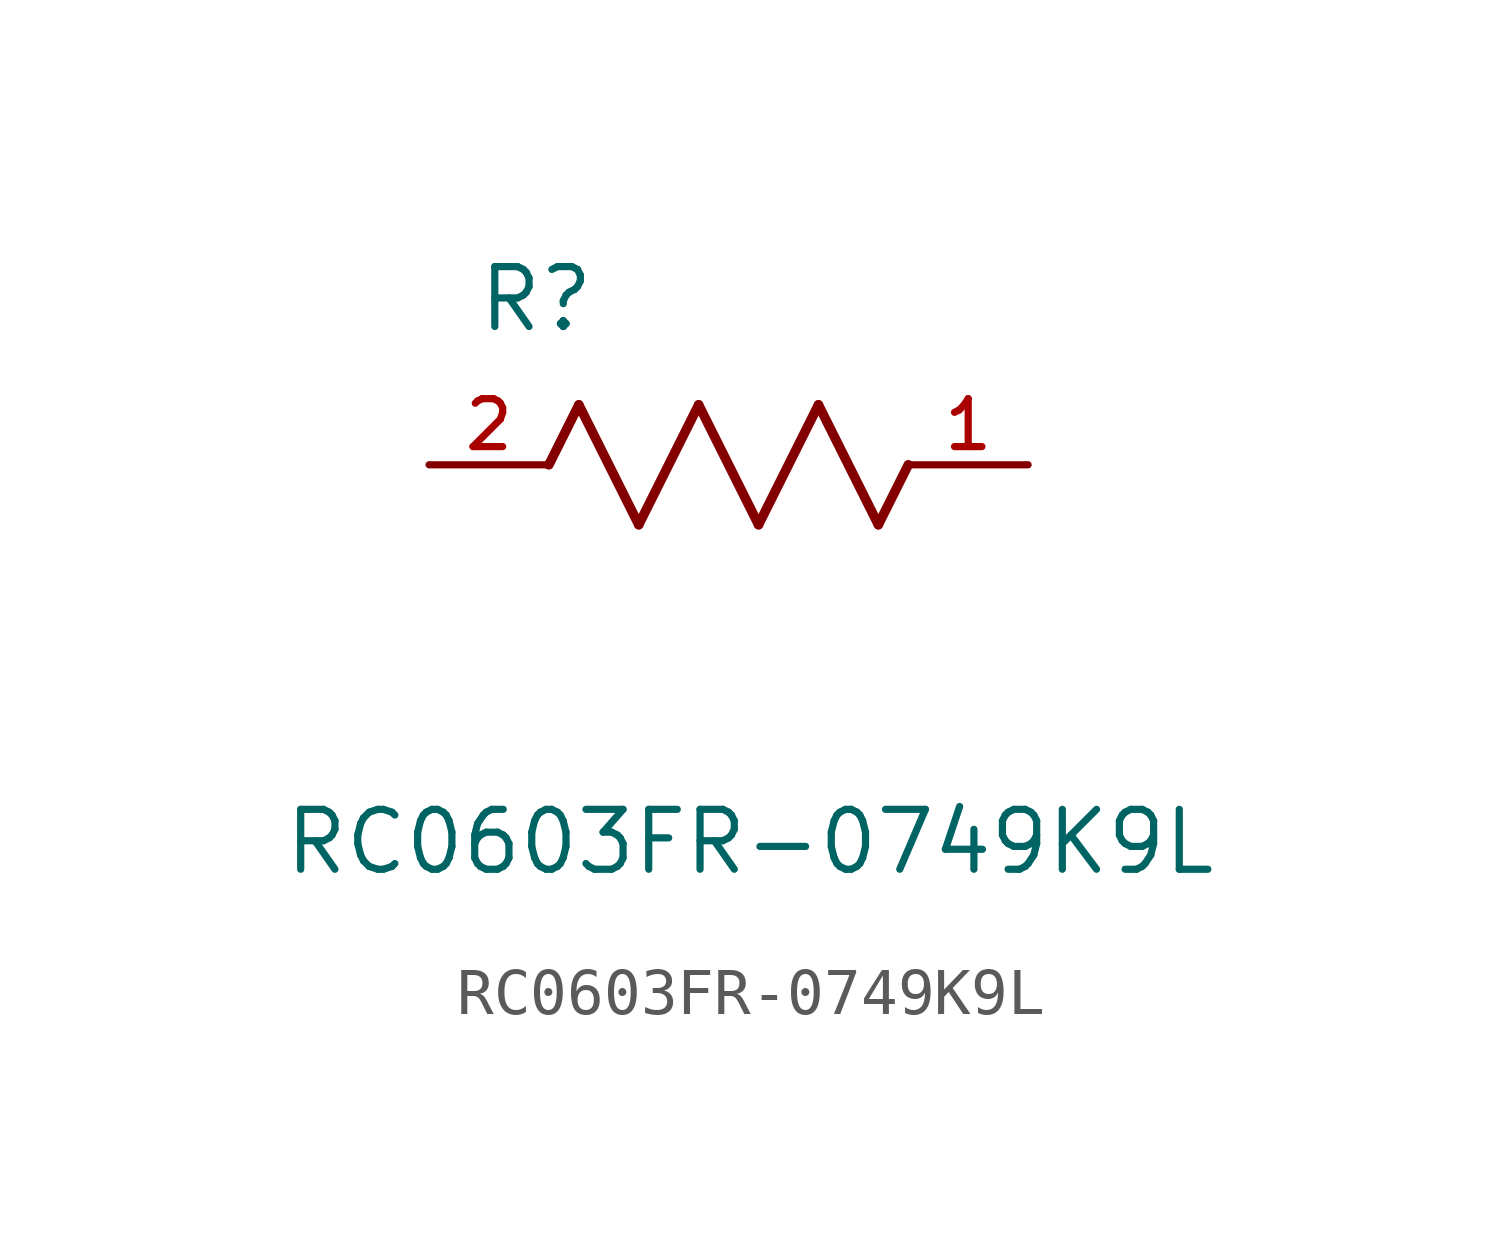
<source format=kicad_sym>
(kicad_symbol_lib
  (version 20211014)
  (generator kicad_symbol_editor)
  (symbol "RC0603FR-0749K9L"
    (pin_names
      (offset 1.016))
    (property "Reference" "R"
      (at 0.991 2.769 0.0)
      (effects (font (size 1.27 1.27)) (justify bottom left)))
    (property "Value" "RC0603FR-0749K9L"
      (at -3.124 -8.738 0.0)
      (effects (font (size 1.27 1.27)) (justify bottom left)))
    (symbol "RC0603FR-0749K9L_0_0"
      (polyline (pts (xy 3.175 1.27) (xy 4.445 -1.27)) (stroke (width 0.203)))
      (polyline (pts (xy 4.445 -1.27) (xy 5.715 1.27)) (stroke (width 0.203)))
      (polyline (pts (xy 5.715 1.27) (xy 6.985 -1.27)) (stroke (width 0.203)))
      (polyline (pts (xy 6.985 -1.27) (xy 8.255 1.27)) (stroke (width 0.203)))
      (polyline (pts (xy 8.255 1.27) (xy 9.525 -1.27)) (stroke (width 0.203)))
      (polyline (pts (xy 2.54 0.0) (xy 3.175 1.27)) (stroke (width 0.203)))
      (polyline (pts (xy 9.525 -1.27) (xy 10.16 0.0)) (stroke (width 0.203)))
      (pin passive line (at 0.0 0.0 0) (length 2.54) (name "~" (effects (font (size 1.016 1.016)))) (number "2" (effects (font (size 1.016 1.016)))))
      (pin passive line (at 12.7 0.0 180.0) (length 2.54) (name "~" (effects (font (size 1.016 1.016)))) (number "1" (effects (font (size 1.016 1.016))))))))
</source>
